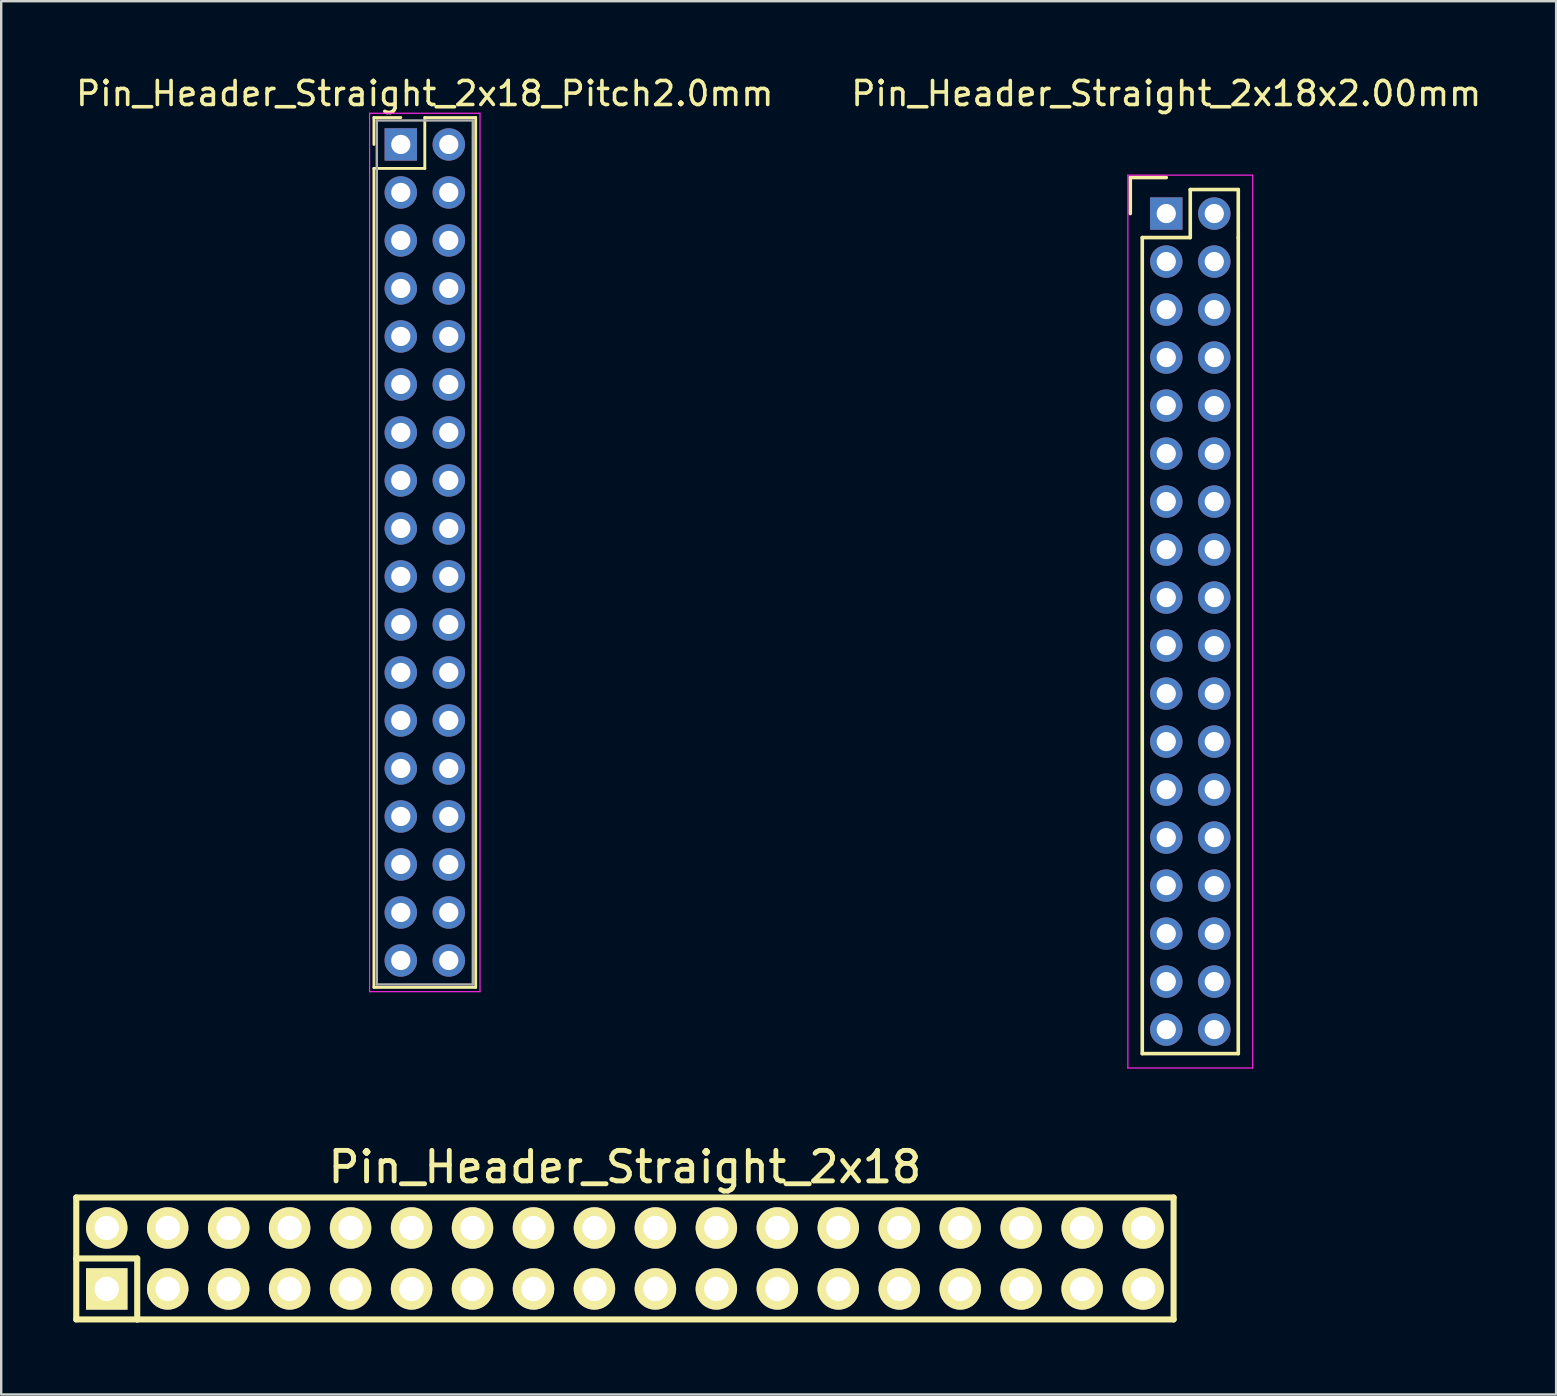
<source format=kicad_pcb>
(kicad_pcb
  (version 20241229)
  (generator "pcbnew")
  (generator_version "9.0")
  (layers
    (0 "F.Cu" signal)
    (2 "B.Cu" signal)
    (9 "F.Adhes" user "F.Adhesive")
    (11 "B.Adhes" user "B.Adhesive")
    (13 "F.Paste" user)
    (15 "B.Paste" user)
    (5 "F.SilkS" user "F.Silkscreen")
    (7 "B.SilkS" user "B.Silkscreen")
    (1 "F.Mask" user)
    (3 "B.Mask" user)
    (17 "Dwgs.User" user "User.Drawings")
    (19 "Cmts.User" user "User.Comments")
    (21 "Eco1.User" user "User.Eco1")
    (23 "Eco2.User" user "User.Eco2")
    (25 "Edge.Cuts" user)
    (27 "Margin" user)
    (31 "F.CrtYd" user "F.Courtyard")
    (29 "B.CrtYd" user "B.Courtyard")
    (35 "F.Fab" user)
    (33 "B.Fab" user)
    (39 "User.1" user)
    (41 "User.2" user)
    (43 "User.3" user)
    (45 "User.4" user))
  (footprint "Pin_Header_Straight_2x18_Pitch2.0mm"
    (layer "F.Cu")
    (at 13.649 2.968)
    (property "Reference" "Pin_Header_Straight_2x18_Pitch2.0mm" (at 1 -2.12 0) (layer "F.SilkS") (effects (font (size 1 1) (thickness 0.15))))
    (attr through_hole)
    (fp_line (start -1.12 -1.12) (end 0 -1.12) (stroke (width 0.12) (type solid)) (layer "F.SilkS"))
    (fp_line (start -1.12 0) (end -1.12 -1.12) (stroke (width 0.12) (type solid)) (layer "F.SilkS"))
    (fp_line (start -1.12 1) (end -1.12 35.12) (stroke (width 0.12) (type solid)) (layer "F.SilkS"))
    (fp_line (start -1.12 35.12) (end 3.12 35.12) (stroke (width 0.12) (type solid)) (layer "F.SilkS"))
    (fp_line (start 1 -1.12) (end 1 1) (stroke (width 0.12) (type solid)) (layer "F.SilkS"))
    (fp_line (start 1 1) (end -1.12 1) (stroke (width 0.12) (type solid)) (layer "F.SilkS"))
    (fp_line (start 3.12 -1.12) (end 1 -1.12) (stroke (width 0.12) (type solid)) (layer "F.SilkS"))
    (fp_line (start 3.12 35.12) (end 3.12 -1.12) (stroke (width 0.12) (type solid)) (layer "F.SilkS"))
    (fp_line (start -1.3 -1.3) (end -1.3 35.3) (stroke (width 0.05) (type solid)) (layer "F.CrtYd"))
    (fp_line (start -1.3 35.3) (end 3.3 35.3) (stroke (width 0.05) (type solid)) (layer "F.CrtYd"))
    (fp_line (start 3.3 -1.3) (end -1.3 -1.3) (stroke (width 0.05) (type solid)) (layer "F.CrtYd"))
    (fp_line (start 3.3 35.3) (end 3.3 -1.3) (stroke (width 0.05) (type solid)) (layer "F.CrtYd"))
    (fp_line (start -1 -1) (end -1 35) (stroke (width 0.1) (type solid)) (layer "F.Fab"))
    (fp_line (start -1 35) (end 3 35) (stroke (width 0.1) (type solid)) (layer "F.Fab"))
    (fp_line (start 3 -1) (end -1 -1) (stroke (width 0.1) (type solid)) (layer "F.Fab"))
    (fp_line (start 3 35) (end 3 -1) (stroke (width 0.1) (type solid)) (layer "F.Fab"))
    (pad "1" thru_hole rect (at 0 0) (size 1.35 1.35) (drill 0.8) (layers "*.Cu" "*.Mask"))
    (pad "2" thru_hole oval (at 2 0) (size 1.35 1.35) (drill 0.8) (layers "*.Cu" "*.Mask"))
    (pad "3" thru_hole oval (at 0 2) (size 1.35 1.35) (drill 0.8) (layers "*.Cu" "*.Mask"))
    (pad "4" thru_hole oval (at 2 2) (size 1.35 1.35) (drill 0.8) (layers "*.Cu" "*.Mask"))
    (pad "5" thru_hole oval (at 0 4) (size 1.35 1.35) (drill 0.8) (layers "*.Cu" "*.Mask"))
    (pad "6" thru_hole oval (at 2 4) (size 1.35 1.35) (drill 0.8) (layers "*.Cu" "*.Mask"))
    (pad "7" thru_hole oval (at 0 6) (size 1.35 1.35) (drill 0.8) (layers "*.Cu" "*.Mask"))
    (pad "8" thru_hole oval (at 2 6) (size 1.35 1.35) (drill 0.8) (layers "*.Cu" "*.Mask"))
    (pad "9" thru_hole oval (at 0 8) (size 1.35 1.35) (drill 0.8) (layers "*.Cu" "*.Mask"))
    (pad "10" thru_hole oval (at 2 8) (size 1.35 1.35) (drill 0.8) (layers "*.Cu" "*.Mask"))
    (pad "11" thru_hole oval (at 0 10) (size 1.35 1.35) (drill 0.8) (layers "*.Cu" "*.Mask"))
    (pad "12" thru_hole oval (at 2 10) (size 1.35 1.35) (drill 0.8) (layers "*.Cu" "*.Mask"))
    (pad "13" thru_hole oval (at 0 12) (size 1.35 1.35) (drill 0.8) (layers "*.Cu" "*.Mask"))
    (pad "14" thru_hole oval (at 2 12) (size 1.35 1.35) (drill 0.8) (layers "*.Cu" "*.Mask"))
    (pad "15" thru_hole oval (at 0 14) (size 1.35 1.35) (drill 0.8) (layers "*.Cu" "*.Mask"))
    (pad "16" thru_hole oval (at 2 14) (size 1.35 1.35) (drill 0.8) (layers "*.Cu" "*.Mask"))
    (pad "17" thru_hole oval (at 0 16) (size 1.35 1.35) (drill 0.8) (layers "*.Cu" "*.Mask"))
    (pad "18" thru_hole oval (at 2 16) (size 1.35 1.35) (drill 0.8) (layers "*.Cu" "*.Mask"))
    (pad "19" thru_hole oval (at 0 18) (size 1.35 1.35) (drill 0.8) (layers "*.Cu" "*.Mask"))
    (pad "20" thru_hole oval (at 2 18) (size 1.35 1.35) (drill 0.8) (layers "*.Cu" "*.Mask"))
    (pad "21" thru_hole oval (at 0 20) (size 1.35 1.35) (drill 0.8) (layers "*.Cu" "*.Mask"))
    (pad "22" thru_hole oval (at 2 20) (size 1.35 1.35) (drill 0.8) (layers "*.Cu" "*.Mask"))
    (pad "23" thru_hole oval (at 0 22) (size 1.35 1.35) (drill 0.8) (layers "*.Cu" "*.Mask"))
    (pad "24" thru_hole oval (at 2 22) (size 1.35 1.35) (drill 0.8) (layers "*.Cu" "*.Mask"))
    (pad "25" thru_hole oval (at 0 24) (size 1.35 1.35) (drill 0.8) (layers "*.Cu" "*.Mask"))
    (pad "26" thru_hole oval (at 2 24) (size 1.35 1.35) (drill 0.8) (layers "*.Cu" "*.Mask"))
    (pad "27" thru_hole oval (at 0 26) (size 1.35 1.35) (drill 0.8) (layers "*.Cu" "*.Mask"))
    (pad "28" thru_hole oval (at 2 26) (size 1.35 1.35) (drill 0.8) (layers "*.Cu" "*.Mask"))
    (pad "29" thru_hole oval (at 0 28) (size 1.35 1.35) (drill 0.8) (layers "*.Cu" "*.Mask"))
    (pad "30" thru_hole oval (at 2 28) (size 1.35 1.35) (drill 0.8) (layers "*.Cu" "*.Mask"))
    (pad "31" thru_hole oval (at 0 30) (size 1.35 1.35) (drill 0.8) (layers "*.Cu" "*.Mask"))
    (pad "32" thru_hole oval (at 2 30) (size 1.35 1.35) (drill 0.8) (layers "*.Cu" "*.Mask"))
    (pad "33" thru_hole oval (at 0 32) (size 1.35 1.35) (drill 0.8) (layers "*.Cu" "*.Mask"))
    (pad "34" thru_hole oval (at 2 32) (size 1.35 1.35) (drill 0.8) (layers "*.Cu" "*.Mask"))
    (pad "35" thru_hole oval (at 0 34) (size 1.35 1.35) (drill 0.8) (layers "*.Cu" "*.Mask"))
    (pad "36" thru_hole oval (at 2 34) (size 1.35 1.35) (drill 0.8) (layers "*.Cu" "*.Mask")))
  (footprint "Pin_Header_Straight_2x18"
    (layer "F.Cu")
    (at 22.987 49.383)
    (property "Reference" "Pin_Header_Straight_2x18" (at 0 -3.81 0) (layer "F.SilkS") (effects (font (size 1.27 1.27) (thickness 0.203))))
    (attr through_hole)
    (fp_line (start -22.86 -2.54) (end -22.86 0) (stroke (width 0.254) (type solid)) (layer "F.SilkS"))
    (fp_line (start -22.86 -2.54) (end 22.86 -2.54) (stroke (width 0.254) (type solid)) (layer "F.SilkS"))
    (fp_line (start -22.86 0) (end -20.32 0) (stroke (width 0.254) (type solid)) (layer "F.SilkS"))
    (fp_line (start -22.86 2.54) (end -22.86 0) (stroke (width 0.254) (type solid)) (layer "F.SilkS"))
    (fp_line (start -22.86 2.54) (end -20.32 2.54) (stroke (width 0.254) (type solid)) (layer "F.SilkS"))
    (fp_line (start -20.32 0) (end -20.32 2.54) (stroke (width 0.254) (type solid)) (layer "F.SilkS"))
    (fp_line (start 22.86 -2.54) (end 22.86 2.54) (stroke (width 0.254) (type solid)) (layer "F.SilkS"))
    (fp_line (start 22.86 2.54) (end -20.32 2.54) (stroke (width 0.254) (type solid)) (layer "F.SilkS"))
    (pad "1" thru_hole rect (at -21.59 1.27) (size 1.727 1.727) (drill 1.016) (layers "*.Cu" "*.Mask" "F.SilkS"))
    (pad "2" thru_hole oval (at -19.05 1.27) (size 1.727 1.727) (drill 1.016) (layers "*.Cu" "*.Mask" "F.SilkS"))
    (pad "3" thru_hole oval (at -16.51 1.27) (size 1.727 1.727) (drill 1.016) (layers "*.Cu" "*.Mask" "F.SilkS"))
    (pad "4" thru_hole oval (at -13.97 1.27) (size 1.727 1.727) (drill 1.016) (layers "*.Cu" "*.Mask" "F.SilkS"))
    (pad "5" thru_hole oval (at -11.43 1.27) (size 1.727 1.727) (drill 1.016) (layers "*.Cu" "*.Mask" "F.SilkS"))
    (pad "6" thru_hole oval (at -8.89 1.27) (size 1.727 1.727) (drill 1.016) (layers "*.Cu" "*.Mask" "F.SilkS"))
    (pad "7" thru_hole oval (at -6.35 1.27) (size 1.727 1.727) (drill 1.016) (layers "*.Cu" "*.Mask" "F.SilkS"))
    (pad "8" thru_hole oval (at -3.81 1.27) (size 1.727 1.727) (drill 1.016) (layers "*.Cu" "*.Mask" "F.SilkS"))
    (pad "9" thru_hole oval (at -1.27 1.27) (size 1.727 1.727) (drill 1.016) (layers "*.Cu" "*.Mask" "F.SilkS"))
    (pad "10" thru_hole oval (at 1.27 1.27) (size 1.727 1.727) (drill 1.016) (layers "*.Cu" "*.Mask" "F.SilkS"))
    (pad "11" thru_hole oval (at 3.81 1.27) (size 1.727 1.727) (drill 1.016) (layers "*.Cu" "*.Mask" "F.SilkS"))
    (pad "12" thru_hole oval (at 6.35 1.27) (size 1.727 1.727) (drill 1.016) (layers "*.Cu" "*.Mask" "F.SilkS"))
    (pad "13" thru_hole oval (at 8.89 1.27) (size 1.727 1.727) (drill 1.016) (layers "*.Cu" "*.Mask" "F.SilkS"))
    (pad "14" thru_hole oval (at 11.43 1.27) (size 1.727 1.727) (drill 1.016) (layers "*.Cu" "*.Mask" "F.SilkS"))
    (pad "15" thru_hole oval (at 13.97 1.27) (size 1.727 1.727) (drill 1.016) (layers "*.Cu" "*.Mask" "F.SilkS"))
    (pad "16" thru_hole oval (at 16.51 1.27) (size 1.727 1.727) (drill 1.016) (layers "*.Cu" "*.Mask" "F.SilkS"))
    (pad "17" thru_hole oval (at 19.05 1.27) (size 1.727 1.727) (drill 1.016) (layers "*.Cu" "*.Mask" "F.SilkS"))
    (pad "18" thru_hole oval (at 21.59 1.27) (size 1.727 1.727) (drill 1.016) (layers "*.Cu" "*.Mask" "F.SilkS"))
    (pad "19" thru_hole oval (at 21.59 -1.27) (size 1.727 1.727) (drill 1.016) (layers "*.Cu" "*.Mask" "F.SilkS"))
    (pad "20" thru_hole oval (at 19.05 -1.27) (size 1.727 1.727) (drill 1.016) (layers "*.Cu" "*.Mask" "F.SilkS"))
    (pad "21" thru_hole oval (at 16.51 -1.27) (size 1.727 1.727) (drill 1.016) (layers "*.Cu" "*.Mask" "F.SilkS"))
    (pad "22" thru_hole oval (at 13.97 -1.27) (size 1.727 1.727) (drill 1.016) (layers "*.Cu" "*.Mask" "F.SilkS"))
    (pad "23" thru_hole oval (at 11.43 -1.27) (size 1.727 1.727) (drill 1.016) (layers "*.Cu" "*.Mask" "F.SilkS"))
    (pad "24" thru_hole oval (at 8.89 -1.27) (size 1.727 1.727) (drill 1.016) (layers "*.Cu" "*.Mask" "F.SilkS"))
    (pad "25" thru_hole oval (at 6.35 -1.27) (size 1.727 1.727) (drill 1.016) (layers "*.Cu" "*.Mask" "F.SilkS"))
    (pad "26" thru_hole oval (at 3.81 -1.27) (size 1.727 1.727) (drill 1.016) (layers "*.Cu" "*.Mask" "F.SilkS"))
    (pad "27" thru_hole oval (at 1.27 -1.27) (size 1.727 1.727) (drill 1.016) (layers "*.Cu" "*.Mask" "F.SilkS"))
    (pad "28" thru_hole oval (at -1.27 -1.27) (size 1.727 1.727) (drill 1.016) (layers "*.Cu" "*.Mask" "F.SilkS"))
    (pad "29" thru_hole oval (at -3.81 -1.27) (size 1.727 1.727) (drill 1.016) (layers "*.Cu" "*.Mask" "F.SilkS"))
    (pad "30" thru_hole oval (at -6.35 -1.27) (size 1.727 1.727) (drill 1.016) (layers "*.Cu" "*.Mask" "F.SilkS"))
    (pad "31" thru_hole oval (at -8.89 -1.27) (size 1.727 1.727) (drill 1.016) (layers "*.Cu" "*.Mask" "F.SilkS"))
    (pad "32" thru_hole oval (at -11.43 -1.27) (size 1.727 1.727) (drill 1.016) (layers "*.Cu" "*.Mask" "F.SilkS"))
    (pad "33" thru_hole oval (at -13.97 -1.27) (size 1.727 1.727) (drill 1.016) (layers "*.Cu" "*.Mask" "F.SilkS"))
    (pad "34" thru_hole oval (at -16.51 -1.27) (size 1.727 1.727) (drill 1.016) (layers "*.Cu" "*.Mask" "F.SilkS"))
    (pad "35" thru_hole oval (at -19.05 -1.27) (size 1.727 1.727) (drill 1.016) (layers "*.Cu" "*.Mask" "F.SilkS"))
    (pad "36" thru_hole oval (at -21.59 -1.27) (size 1.727 1.727) (drill 1.016) (layers "*.Cu" "*.Mask" "F.SilkS")))
  (footprint "Pin_Header_Straight_2x18x2.00mm"
    (layer "F.Cu")
    (at 45.542 5.848)
    (property "Reference" "Pin_Header_Straight_2x18x2.00mm" (at 0 -5 0) (layer "F.SilkS") (effects (font (size 1 1) (thickness 0.15))))
    (attr through_hole)
    (fp_line (start -1.5 -1.5) (end 0 -1.5) (stroke (width 0.15) (type solid)) (layer "F.SilkS"))
    (fp_line (start -1.5 0) (end -1.5 -1.5) (stroke (width 0.15) (type solid)) (layer "F.SilkS"))
    (fp_line (start -1 1) (end 1 1) (stroke (width 0.15) (type solid)) (layer "F.SilkS"))
    (fp_line (start -1 35) (end -1 1) (stroke (width 0.15) (type solid)) (layer "F.SilkS"))
    (fp_line (start 1 -1) (end 3 -1) (stroke (width 0.15) (type solid)) (layer "F.SilkS"))
    (fp_line (start 1 1) (end 1 -1) (stroke (width 0.15) (type solid)) (layer "F.SilkS"))
    (fp_line (start 3 -1) (end 3 1) (stroke (width 0.15) (type solid)) (layer "F.SilkS"))
    (fp_line (start 3 1) (end 3 35) (stroke (width 0.15) (type solid)) (layer "F.SilkS"))
    (fp_line (start 3 35) (end -1 35) (stroke (width 0.15) (type solid)) (layer "F.SilkS"))
    (fp_line (start -1.6 -1.6) (end 3.6 -1.6) (stroke (width 0.05) (type solid)) (layer "F.CrtYd"))
    (fp_line (start -1.6 35.6) (end -1.6 -1.6) (stroke (width 0.05) (type solid)) (layer "F.CrtYd"))
    (fp_line (start 3.6 -1.6) (end 3.6 35.6) (stroke (width 0.05) (type solid)) (layer "F.CrtYd"))
    (fp_line (start 3.6 35.6) (end -1.6 35.6) (stroke (width 0.05) (type solid)) (layer "F.CrtYd"))
    (pad "1" thru_hole rect (at 0 0) (size 1.35 1.35) (drill 0.8) (layers "*.Cu" "*.Mask"))
    (pad "2" thru_hole circle (at 2 0) (size 1.35 1.35) (drill 0.8) (layers "*.Cu" "*.Mask"))
    (pad "3" thru_hole circle (at 0 2) (size 1.35 1.35) (drill 0.8) (layers "*.Cu" "*.Mask"))
    (pad "4" thru_hole circle (at 2 2) (size 1.35 1.35) (drill 0.8) (layers "*.Cu" "*.Mask"))
    (pad "5" thru_hole circle (at 0 4) (size 1.35 1.35) (drill 0.8) (layers "*.Cu" "*.Mask"))
    (pad "6" thru_hole circle (at 2 4) (size 1.35 1.35) (drill 0.8) (layers "*.Cu" "*.Mask"))
    (pad "7" thru_hole circle (at 0 6) (size 1.35 1.35) (drill 0.8) (layers "*.Cu" "*.Mask"))
    (pad "8" thru_hole circle (at 2 6) (size 1.35 1.35) (drill 0.8) (layers "*.Cu" "*.Mask"))
    (pad "9" thru_hole circle (at 0 8) (size 1.35 1.35) (drill 0.8) (layers "*.Cu" "*.Mask"))
    (pad "10" thru_hole circle (at 2 8) (size 1.35 1.35) (drill 0.8) (layers "*.Cu" "*.Mask"))
    (pad "11" thru_hole circle (at 0 10) (size 1.35 1.35) (drill 0.8) (layers "*.Cu" "*.Mask"))
    (pad "12" thru_hole circle (at 2 10) (size 1.35 1.35) (drill 0.8) (layers "*.Cu" "*.Mask"))
    (pad "13" thru_hole circle (at 0 12) (size 1.35 1.35) (drill 0.8) (layers "*.Cu" "*.Mask"))
    (pad "14" thru_hole circle (at 2 12) (size 1.35 1.35) (drill 0.8) (layers "*.Cu" "*.Mask"))
    (pad "15" thru_hole circle (at 0 14) (size 1.35 1.35) (drill 0.8) (layers "*.Cu" "*.Mask"))
    (pad "16" thru_hole circle (at 2 14) (size 1.35 1.35) (drill 0.8) (layers "*.Cu" "*.Mask"))
    (pad "17" thru_hole circle (at 0 16) (size 1.35 1.35) (drill 0.8) (layers "*.Cu" "*.Mask"))
    (pad "18" thru_hole circle (at 2 16) (size 1.35 1.35) (drill 0.8) (layers "*.Cu" "*.Mask"))
    (pad "19" thru_hole circle (at 0 18) (size 1.35 1.35) (drill 0.8) (layers "*.Cu" "*.Mask"))
    (pad "20" thru_hole circle (at 2 18) (size 1.35 1.35) (drill 0.8) (layers "*.Cu" "*.Mask"))
    (pad "21" thru_hole circle (at 0 20) (size 1.35 1.35) (drill 0.8) (layers "*.Cu" "*.Mask"))
    (pad "22" thru_hole circle (at 2 20) (size 1.35 1.35) (drill 0.8) (layers "*.Cu" "*.Mask"))
    (pad "23" thru_hole circle (at 0 22) (size 1.35 1.35) (drill 0.8) (layers "*.Cu" "*.Mask"))
    (pad "24" thru_hole circle (at 2 22) (size 1.35 1.35) (drill 0.8) (layers "*.Cu" "*.Mask"))
    (pad "25" thru_hole circle (at 0 24) (size 1.35 1.35) (drill 0.8) (layers "*.Cu" "*.Mask"))
    (pad "26" thru_hole circle (at 2 24) (size 1.35 1.35) (drill 0.8) (layers "*.Cu" "*.Mask"))
    (pad "27" thru_hole circle (at 0 26) (size 1.35 1.35) (drill 0.8) (layers "*.Cu" "*.Mask"))
    (pad "28" thru_hole circle (at 2 26) (size 1.35 1.35) (drill 0.8) (layers "*.Cu" "*.Mask"))
    (pad "29" thru_hole circle (at 0 28) (size 1.35 1.35) (drill 0.8) (layers "*.Cu" "*.Mask"))
    (pad "30" thru_hole circle (at 2 28) (size 1.35 1.35) (drill 0.8) (layers "*.Cu" "*.Mask"))
    (pad "31" thru_hole circle (at 0 30) (size 1.35 1.35) (drill 0.8) (layers "*.Cu" "*.Mask"))
    (pad "32" thru_hole circle (at 2 30) (size 1.35 1.35) (drill 0.8) (layers "*.Cu" "*.Mask"))
    (pad "33" thru_hole circle (at 0 32) (size 1.35 1.35) (drill 0.8) (layers "*.Cu" "*.Mask"))
    (pad "34" thru_hole circle (at 2 32) (size 1.35 1.35) (drill 0.8) (layers "*.Cu" "*.Mask"))
    (pad "35" thru_hole circle (at 0 34) (size 1.35 1.35) (drill 0.8) (layers "*.Cu" "*.Mask"))
    (pad "36" thru_hole circle (at 2 34) (size 1.35 1.35) (drill 0.8) (layers "*.Cu" "*.Mask")))
  (gr_rect
    (start -3 -3)
    (end 61.786 55.05)
    (stroke (width 0.1) (type default))
    (fill no)
    (layer "Edge.Cuts")))
</source>
